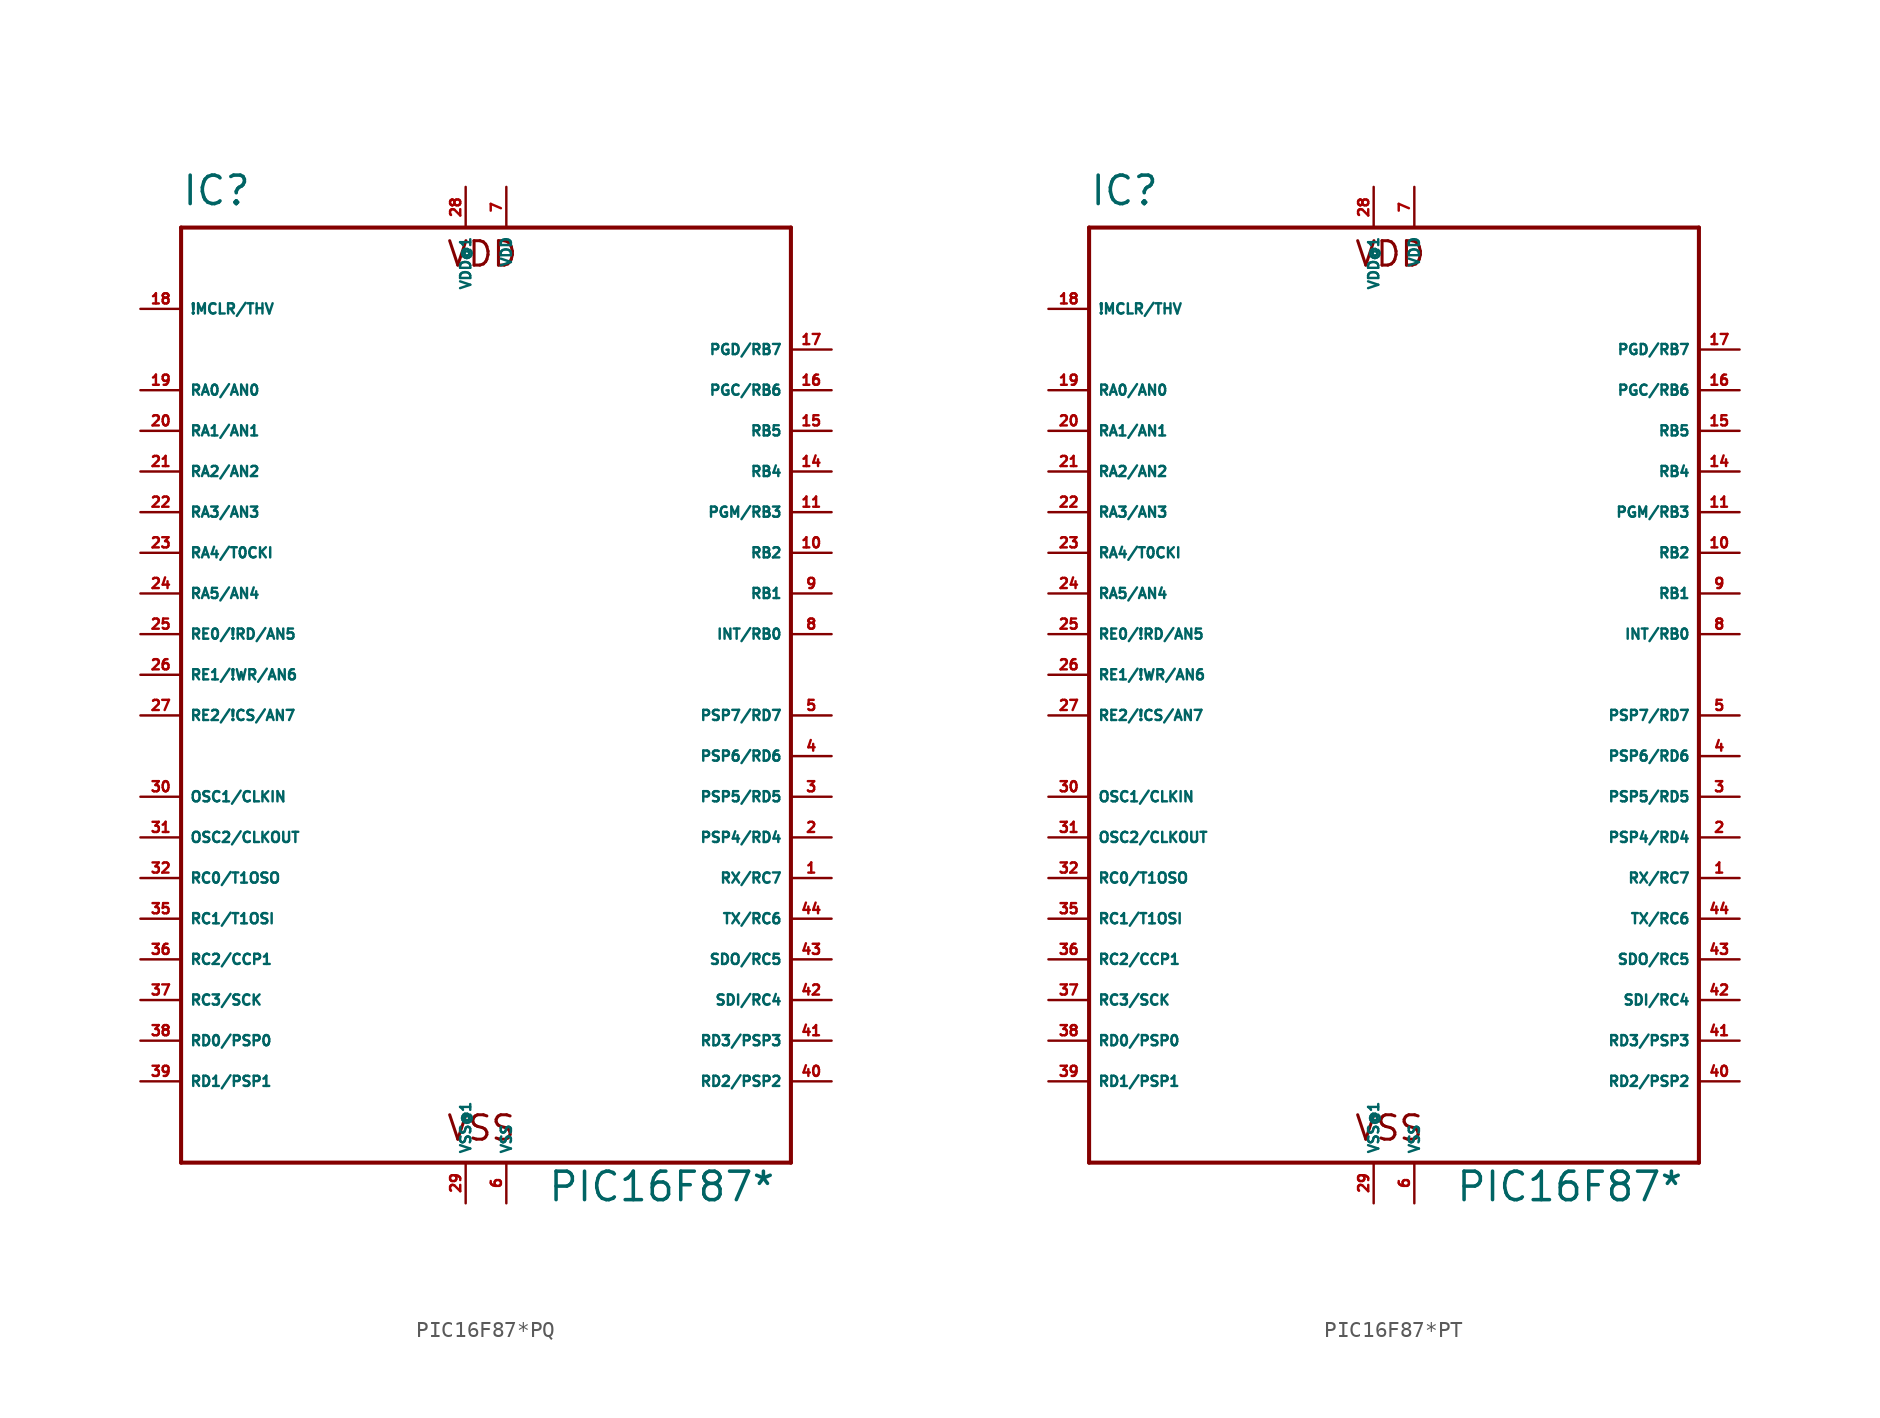
<source format=kicad_sym>
(kicad_symbol_lib
  (version 20220914)
  (generator Eagle2Kicad)
  (symbol "PIC16F87*PQ"
    (property "Reference" "IC"
      (at -20.32 29.21 0)
      (effects (font (size 1.778 1.778) (thickness 0.22)) (justify left bottom)))
    (property "Value" "PIC16F87*"
      (at 2.54 -33.02 0)
      (effects (font (size 1.778 1.778) (thickness 0.22)) (justify left bottom)))
    (polyline
      (pts (xy -20.32 27.94) (xy 17.78 27.94))
      (stroke (width 0.254) (type default))
      (fill (type none)))
    (polyline
      (pts (xy 17.78 27.94) (xy 17.78 -30.48))
      (stroke (width 0.254) (type default))
      (fill (type none)))
    (polyline
      (pts (xy 17.78 -30.48) (xy -20.32 -30.48))
      (stroke (width 0.254) (type default))
      (fill (type none)))
    (polyline
      (pts (xy -20.32 -30.48) (xy -20.32 27.94))
      (stroke (width 0.254) (type default))
      (fill (type none)))
    (text "VDD"
      (at -3.81 25.4 0)
      (effects (font (size 1.524 1.524) (thickness 0.19)) (justify left bottom)))
    (text "VSS"
      (at -3.81 -29.21 0)
      (effects (font (size 1.524 1.524) (thickness 0.19)) (justify left bottom)))
    (pin input line
      (at -22.86 22.86 0)
      (length 2.54)
      (name "!MCLR/THV" (effects (font (size 0.635 0.635) (thickness 0.08)) (justify left bottom)))
      (number "18" (effects (font (size 0.635 0.635) (thickness 0.08)) (justify left bottom))))
    (pin bidirectional line
      (at -22.86 17.78 0)
      (length 2.54)
      (name "RA0/AN0" (effects (font (size 0.635 0.635) (thickness 0.08)) (justify left bottom)))
      (number "19" (effects (font (size 0.635 0.635) (thickness 0.08)) (justify left bottom))))
    (pin bidirectional line
      (at -22.86 15.24 0)
      (length 2.54)
      (name "RA1/AN1" (effects (font (size 0.635 0.635) (thickness 0.08)) (justify left bottom)))
      (number "20" (effects (font (size 0.635 0.635) (thickness 0.08)) (justify left bottom))))
    (pin bidirectional line
      (at -22.86 12.7 0)
      (length 2.54)
      (name "RA2/AN2" (effects (font (size 0.635 0.635) (thickness 0.08)) (justify left bottom)))
      (number "21" (effects (font (size 0.635 0.635) (thickness 0.08)) (justify left bottom))))
    (pin bidirectional line
      (at -22.86 10.16 0)
      (length 2.54)
      (name "RA3/AN3" (effects (font (size 0.635 0.635) (thickness 0.08)) (justify left bottom)))
      (number "22" (effects (font (size 0.635 0.635) (thickness 0.08)) (justify left bottom))))
    (pin bidirectional line
      (at -22.86 7.62 0)
      (length 2.54)
      (name "RA4/T0CKI" (effects (font (size 0.635 0.635) (thickness 0.08)) (justify left bottom)))
      (number "23" (effects (font (size 0.635 0.635) (thickness 0.08)) (justify left bottom))))
    (pin bidirectional line
      (at -22.86 5.08 0)
      (length 2.54)
      (name "RA5/AN4" (effects (font (size 0.635 0.635) (thickness 0.08)) (justify left bottom)))
      (number "24" (effects (font (size 0.635 0.635) (thickness 0.08)) (justify left bottom))))
    (pin bidirectional line
      (at -22.86 2.54 0)
      (length 2.54)
      (name "RE0/!RD/AN5" (effects (font (size 0.635 0.635) (thickness 0.08)) (justify left bottom)))
      (number "25" (effects (font (size 0.635 0.635) (thickness 0.08)) (justify left bottom))))
    (pin bidirectional line
      (at -22.86 0 0)
      (length 2.54)
      (name "RE1/!WR/AN6" (effects (font (size 0.635 0.635) (thickness 0.08)) (justify left bottom)))
      (number "26" (effects (font (size 0.635 0.635) (thickness 0.08)) (justify left bottom))))
    (pin bidirectional line
      (at -22.86 -2.54 0)
      (length 2.54)
      (name "RE2/!CS/AN7" (effects (font (size 0.635 0.635) (thickness 0.08)) (justify left bottom)))
      (number "27" (effects (font (size 0.635 0.635) (thickness 0.08)) (justify left bottom))))
    (pin input line
      (at -22.86 -7.62 0)
      (length 2.54)
      (name "OSC1/CLKIN" (effects (font (size 0.635 0.635) (thickness 0.08)) (justify left bottom)))
      (number "30" (effects (font (size 0.635 0.635) (thickness 0.08)) (justify left bottom))))
    (pin output line
      (at -22.86 -10.16 0)
      (length 2.54)
      (name "OSC2/CLKOUT" (effects (font (size 0.635 0.635) (thickness 0.08)) (justify left bottom)))
      (number "31" (effects (font (size 0.635 0.635) (thickness 0.08)) (justify left bottom))))
    (pin bidirectional line
      (at -22.86 -12.7 0)
      (length 2.54)
      (name "RC0/T1OSO" (effects (font (size 0.635 0.635) (thickness 0.08)) (justify left bottom)))
      (number "32" (effects (font (size 0.635 0.635) (thickness 0.08)) (justify left bottom))))
    (pin bidirectional line
      (at -22.86 -15.24 0)
      (length 2.54)
      (name "RC1/T1OSI" (effects (font (size 0.635 0.635) (thickness 0.08)) (justify left bottom)))
      (number "35" (effects (font (size 0.635 0.635) (thickness 0.08)) (justify left bottom))))
    (pin bidirectional line
      (at -22.86 -17.78 0)
      (length 2.54)
      (name "RC2/CCP1" (effects (font (size 0.635 0.635) (thickness 0.08)) (justify left bottom)))
      (number "36" (effects (font (size 0.635 0.635) (thickness 0.08)) (justify left bottom))))
    (pin bidirectional line
      (at -22.86 -20.32 0)
      (length 2.54)
      (name "RC3/SCK" (effects (font (size 0.635 0.635) (thickness 0.08)) (justify left bottom)))
      (number "37" (effects (font (size 0.635 0.635) (thickness 0.08)) (justify left bottom))))
    (pin bidirectional line
      (at -22.86 -22.86 0)
      (length 2.54)
      (name "RD0/PSP0" (effects (font (size 0.635 0.635) (thickness 0.08)) (justify left bottom)))
      (number "38" (effects (font (size 0.635 0.635) (thickness 0.08)) (justify left bottom))))
    (pin bidirectional line
      (at -22.86 -25.4 0)
      (length 2.54)
      (name "RD1/PSP1" (effects (font (size 0.635 0.635) (thickness 0.08)) (justify left bottom)))
      (number "39" (effects (font (size 0.635 0.635) (thickness 0.08)) (justify left bottom))))
    (pin bidirectional line
      (at 20.32 -25.4 180)
      (length 2.54)
      (name "RD2/PSP2" (effects (font (size 0.635 0.635) (thickness 0.08)) (justify left bottom)))
      (number "40" (effects (font (size 0.635 0.635) (thickness 0.08)) (justify left bottom))))
    (pin bidirectional line
      (at 20.32 -22.86 180)
      (length 2.54)
      (name "RD3/PSP3" (effects (font (size 0.635 0.635) (thickness 0.08)) (justify left bottom)))
      (number "41" (effects (font (size 0.635 0.635) (thickness 0.08)) (justify left bottom))))
    (pin bidirectional line
      (at 20.32 -20.32 180)
      (length 2.54)
      (name "SDI/RC4" (effects (font (size 0.635 0.635) (thickness 0.08)) (justify left bottom)))
      (number "42" (effects (font (size 0.635 0.635) (thickness 0.08)) (justify left bottom))))
    (pin bidirectional line
      (at 20.32 -17.78 180)
      (length 2.54)
      (name "SDO/RC5" (effects (font (size 0.635 0.635) (thickness 0.08)) (justify left bottom)))
      (number "43" (effects (font (size 0.635 0.635) (thickness 0.08)) (justify left bottom))))
    (pin bidirectional line
      (at 20.32 -15.24 180)
      (length 2.54)
      (name "TX/RC6" (effects (font (size 0.635 0.635) (thickness 0.08)) (justify left bottom)))
      (number "44" (effects (font (size 0.635 0.635) (thickness 0.08)) (justify left bottom))))
    (pin bidirectional line
      (at 20.32 -12.7 180)
      (length 2.54)
      (name "RX/RC7" (effects (font (size 0.635 0.635) (thickness 0.08)) (justify left bottom)))
      (number "1" (effects (font (size 0.635 0.635) (thickness 0.08)) (justify left bottom))))
    (pin bidirectional line
      (at 20.32 -10.16 180)
      (length 2.54)
      (name "PSP4/RD4" (effects (font (size 0.635 0.635) (thickness 0.08)) (justify left bottom)))
      (number "2" (effects (font (size 0.635 0.635) (thickness 0.08)) (justify left bottom))))
    (pin bidirectional line
      (at 20.32 -7.62 180)
      (length 2.54)
      (name "PSP5/RD5" (effects (font (size 0.635 0.635) (thickness 0.08)) (justify left bottom)))
      (number "3" (effects (font (size 0.635 0.635) (thickness 0.08)) (justify left bottom))))
    (pin bidirectional line
      (at 20.32 -5.08 180)
      (length 2.54)
      (name "PSP6/RD6" (effects (font (size 0.635 0.635) (thickness 0.08)) (justify left bottom)))
      (number "4" (effects (font (size 0.635 0.635) (thickness 0.08)) (justify left bottom))))
    (pin bidirectional line
      (at 20.32 -2.54 180)
      (length 2.54)
      (name "PSP7/RD7" (effects (font (size 0.635 0.635) (thickness 0.08)) (justify left bottom)))
      (number "5" (effects (font (size 0.635 0.635) (thickness 0.08)) (justify left bottom))))
    (pin unspecified line
      (at 0 -33.02 90)
      (length 2.54)
      (name "VSS" (effects (font (size 0.635 0.635) (thickness 0.08)) (justify left bottom)))
      (number "6" (effects (font (size 0.635 0.635) (thickness 0.08)) (justify left bottom))))
    (pin unspecified line
      (at 0 30.48 270)
      (length 2.54)
      (name "VDD" (effects (font (size 0.635 0.635) (thickness 0.08)) (justify left bottom)))
      (number "7" (effects (font (size 0.635 0.635) (thickness 0.08)) (justify left bottom))))
    (pin bidirectional line
      (at 20.32 2.54 180)
      (length 2.54)
      (name "INT/RB0" (effects (font (size 0.635 0.635) (thickness 0.08)) (justify left bottom)))
      (number "8" (effects (font (size 0.635 0.635) (thickness 0.08)) (justify left bottom))))
    (pin bidirectional line
      (at 20.32 5.08 180)
      (length 2.54)
      (name "RB1" (effects (font (size 0.635 0.635) (thickness 0.08)) (justify left bottom)))
      (number "9" (effects (font (size 0.635 0.635) (thickness 0.08)) (justify left bottom))))
    (pin bidirectional line
      (at 20.32 7.62 180)
      (length 2.54)
      (name "RB2" (effects (font (size 0.635 0.635) (thickness 0.08)) (justify left bottom)))
      (number "10" (effects (font (size 0.635 0.635) (thickness 0.08)) (justify left bottom))))
    (pin bidirectional line
      (at 20.32 10.16 180)
      (length 2.54)
      (name "PGM/RB3" (effects (font (size 0.635 0.635) (thickness 0.08)) (justify left bottom)))
      (number "11" (effects (font (size 0.635 0.635) (thickness 0.08)) (justify left bottom))))
    (pin bidirectional line
      (at 20.32 12.7 180)
      (length 2.54)
      (name "RB4" (effects (font (size 0.635 0.635) (thickness 0.08)) (justify left bottom)))
      (number "14" (effects (font (size 0.635 0.635) (thickness 0.08)) (justify left bottom))))
    (pin bidirectional line
      (at 20.32 15.24 180)
      (length 2.54)
      (name "RB5" (effects (font (size 0.635 0.635) (thickness 0.08)) (justify left bottom)))
      (number "15" (effects (font (size 0.635 0.635) (thickness 0.08)) (justify left bottom))))
    (pin bidirectional line
      (at 20.32 17.78 180)
      (length 2.54)
      (name "PGC/RB6" (effects (font (size 0.635 0.635) (thickness 0.08)) (justify left bottom)))
      (number "16" (effects (font (size 0.635 0.635) (thickness 0.08)) (justify left bottom))))
    (pin bidirectional line
      (at 20.32 20.32 180)
      (length 2.54)
      (name "PGD/RB7" (effects (font (size 0.635 0.635) (thickness 0.08)) (justify left bottom)))
      (number "17" (effects (font (size 0.635 0.635) (thickness 0.08)) (justify left bottom))))
    (pin unspecified line
      (at -2.54 30.48 270)
      (length 2.54)
      (name "VDD@1" (effects (font (size 0.635 0.635) (thickness 0.08)) (justify left bottom)))
      (number "28" (effects (font (size 0.635 0.635) (thickness 0.08)) (justify left bottom))))
    (pin unspecified line
      (at -2.54 -33.02 90)
      (length 2.54)
      (name "VSS@1" (effects (font (size 0.635 0.635) (thickness 0.08)) (justify left bottom)))
      (number "29" (effects (font (size 0.635 0.635) (thickness 0.08)) (justify left bottom)))))
  (symbol "PIC16F87*PT"
    (property "Reference" "IC"
      (at -20.32 29.21 0)
      (effects (font (size 1.778 1.778) (thickness 0.22)) (justify left bottom)))
    (property "Value" "PIC16F87*"
      (at 2.54 -33.02 0)
      (effects (font (size 1.778 1.778) (thickness 0.22)) (justify left bottom)))
    (polyline
      (pts (xy -20.32 27.94) (xy 17.78 27.94))
      (stroke (width 0.254) (type default))
      (fill (type none)))
    (polyline
      (pts (xy 17.78 27.94) (xy 17.78 -30.48))
      (stroke (width 0.254) (type default))
      (fill (type none)))
    (polyline
      (pts (xy 17.78 -30.48) (xy -20.32 -30.48))
      (stroke (width 0.254) (type default))
      (fill (type none)))
    (polyline
      (pts (xy -20.32 -30.48) (xy -20.32 27.94))
      (stroke (width 0.254) (type default))
      (fill (type none)))
    (text "VDD"
      (at -3.81 25.4 0)
      (effects (font (size 1.524 1.524) (thickness 0.19)) (justify left bottom)))
    (text "VSS"
      (at -3.81 -29.21 0)
      (effects (font (size 1.524 1.524) (thickness 0.19)) (justify left bottom)))
    (pin input line
      (at -22.86 22.86 0)
      (length 2.54)
      (name "!MCLR/THV" (effects (font (size 0.635 0.635) (thickness 0.08)) (justify left bottom)))
      (number "18" (effects (font (size 0.635 0.635) (thickness 0.08)) (justify left bottom))))
    (pin bidirectional line
      (at -22.86 17.78 0)
      (length 2.54)
      (name "RA0/AN0" (effects (font (size 0.635 0.635) (thickness 0.08)) (justify left bottom)))
      (number "19" (effects (font (size 0.635 0.635) (thickness 0.08)) (justify left bottom))))
    (pin bidirectional line
      (at -22.86 15.24 0)
      (length 2.54)
      (name "RA1/AN1" (effects (font (size 0.635 0.635) (thickness 0.08)) (justify left bottom)))
      (number "20" (effects (font (size 0.635 0.635) (thickness 0.08)) (justify left bottom))))
    (pin bidirectional line
      (at -22.86 12.7 0)
      (length 2.54)
      (name "RA2/AN2" (effects (font (size 0.635 0.635) (thickness 0.08)) (justify left bottom)))
      (number "21" (effects (font (size 0.635 0.635) (thickness 0.08)) (justify left bottom))))
    (pin bidirectional line
      (at -22.86 10.16 0)
      (length 2.54)
      (name "RA3/AN3" (effects (font (size 0.635 0.635) (thickness 0.08)) (justify left bottom)))
      (number "22" (effects (font (size 0.635 0.635) (thickness 0.08)) (justify left bottom))))
    (pin bidirectional line
      (at -22.86 7.62 0)
      (length 2.54)
      (name "RA4/T0CKI" (effects (font (size 0.635 0.635) (thickness 0.08)) (justify left bottom)))
      (number "23" (effects (font (size 0.635 0.635) (thickness 0.08)) (justify left bottom))))
    (pin bidirectional line
      (at -22.86 5.08 0)
      (length 2.54)
      (name "RA5/AN4" (effects (font (size 0.635 0.635) (thickness 0.08)) (justify left bottom)))
      (number "24" (effects (font (size 0.635 0.635) (thickness 0.08)) (justify left bottom))))
    (pin bidirectional line
      (at -22.86 2.54 0)
      (length 2.54)
      (name "RE0/!RD/AN5" (effects (font (size 0.635 0.635) (thickness 0.08)) (justify left bottom)))
      (number "25" (effects (font (size 0.635 0.635) (thickness 0.08)) (justify left bottom))))
    (pin bidirectional line
      (at -22.86 0 0)
      (length 2.54)
      (name "RE1/!WR/AN6" (effects (font (size 0.635 0.635) (thickness 0.08)) (justify left bottom)))
      (number "26" (effects (font (size 0.635 0.635) (thickness 0.08)) (justify left bottom))))
    (pin bidirectional line
      (at -22.86 -2.54 0)
      (length 2.54)
      (name "RE2/!CS/AN7" (effects (font (size 0.635 0.635) (thickness 0.08)) (justify left bottom)))
      (number "27" (effects (font (size 0.635 0.635) (thickness 0.08)) (justify left bottom))))
    (pin input line
      (at -22.86 -7.62 0)
      (length 2.54)
      (name "OSC1/CLKIN" (effects (font (size 0.635 0.635) (thickness 0.08)) (justify left bottom)))
      (number "30" (effects (font (size 0.635 0.635) (thickness 0.08)) (justify left bottom))))
    (pin output line
      (at -22.86 -10.16 0)
      (length 2.54)
      (name "OSC2/CLKOUT" (effects (font (size 0.635 0.635) (thickness 0.08)) (justify left bottom)))
      (number "31" (effects (font (size 0.635 0.635) (thickness 0.08)) (justify left bottom))))
    (pin bidirectional line
      (at -22.86 -12.7 0)
      (length 2.54)
      (name "RC0/T1OSO" (effects (font (size 0.635 0.635) (thickness 0.08)) (justify left bottom)))
      (number "32" (effects (font (size 0.635 0.635) (thickness 0.08)) (justify left bottom))))
    (pin bidirectional line
      (at -22.86 -15.24 0)
      (length 2.54)
      (name "RC1/T1OSI" (effects (font (size 0.635 0.635) (thickness 0.08)) (justify left bottom)))
      (number "35" (effects (font (size 0.635 0.635) (thickness 0.08)) (justify left bottom))))
    (pin bidirectional line
      (at -22.86 -17.78 0)
      (length 2.54)
      (name "RC2/CCP1" (effects (font (size 0.635 0.635) (thickness 0.08)) (justify left bottom)))
      (number "36" (effects (font (size 0.635 0.635) (thickness 0.08)) (justify left bottom))))
    (pin bidirectional line
      (at -22.86 -20.32 0)
      (length 2.54)
      (name "RC3/SCK" (effects (font (size 0.635 0.635) (thickness 0.08)) (justify left bottom)))
      (number "37" (effects (font (size 0.635 0.635) (thickness 0.08)) (justify left bottom))))
    (pin bidirectional line
      (at -22.86 -22.86 0)
      (length 2.54)
      (name "RD0/PSP0" (effects (font (size 0.635 0.635) (thickness 0.08)) (justify left bottom)))
      (number "38" (effects (font (size 0.635 0.635) (thickness 0.08)) (justify left bottom))))
    (pin bidirectional line
      (at -22.86 -25.4 0)
      (length 2.54)
      (name "RD1/PSP1" (effects (font (size 0.635 0.635) (thickness 0.08)) (justify left bottom)))
      (number "39" (effects (font (size 0.635 0.635) (thickness 0.08)) (justify left bottom))))
    (pin bidirectional line
      (at 20.32 -25.4 180)
      (length 2.54)
      (name "RD2/PSP2" (effects (font (size 0.635 0.635) (thickness 0.08)) (justify left bottom)))
      (number "40" (effects (font (size 0.635 0.635) (thickness 0.08)) (justify left bottom))))
    (pin bidirectional line
      (at 20.32 -22.86 180)
      (length 2.54)
      (name "RD3/PSP3" (effects (font (size 0.635 0.635) (thickness 0.08)) (justify left bottom)))
      (number "41" (effects (font (size 0.635 0.635) (thickness 0.08)) (justify left bottom))))
    (pin bidirectional line
      (at 20.32 -20.32 180)
      (length 2.54)
      (name "SDI/RC4" (effects (font (size 0.635 0.635) (thickness 0.08)) (justify left bottom)))
      (number "42" (effects (font (size 0.635 0.635) (thickness 0.08)) (justify left bottom))))
    (pin bidirectional line
      (at 20.32 -17.78 180)
      (length 2.54)
      (name "SDO/RC5" (effects (font (size 0.635 0.635) (thickness 0.08)) (justify left bottom)))
      (number "43" (effects (font (size 0.635 0.635) (thickness 0.08)) (justify left bottom))))
    (pin bidirectional line
      (at 20.32 -15.24 180)
      (length 2.54)
      (name "TX/RC6" (effects (font (size 0.635 0.635) (thickness 0.08)) (justify left bottom)))
      (number "44" (effects (font (size 0.635 0.635) (thickness 0.08)) (justify left bottom))))
    (pin bidirectional line
      (at 20.32 -12.7 180)
      (length 2.54)
      (name "RX/RC7" (effects (font (size 0.635 0.635) (thickness 0.08)) (justify left bottom)))
      (number "1" (effects (font (size 0.635 0.635) (thickness 0.08)) (justify left bottom))))
    (pin bidirectional line
      (at 20.32 -10.16 180)
      (length 2.54)
      (name "PSP4/RD4" (effects (font (size 0.635 0.635) (thickness 0.08)) (justify left bottom)))
      (number "2" (effects (font (size 0.635 0.635) (thickness 0.08)) (justify left bottom))))
    (pin bidirectional line
      (at 20.32 -7.62 180)
      (length 2.54)
      (name "PSP5/RD5" (effects (font (size 0.635 0.635) (thickness 0.08)) (justify left bottom)))
      (number "3" (effects (font (size 0.635 0.635) (thickness 0.08)) (justify left bottom))))
    (pin bidirectional line
      (at 20.32 -5.08 180)
      (length 2.54)
      (name "PSP6/RD6" (effects (font (size 0.635 0.635) (thickness 0.08)) (justify left bottom)))
      (number "4" (effects (font (size 0.635 0.635) (thickness 0.08)) (justify left bottom))))
    (pin bidirectional line
      (at 20.32 -2.54 180)
      (length 2.54)
      (name "PSP7/RD7" (effects (font (size 0.635 0.635) (thickness 0.08)) (justify left bottom)))
      (number "5" (effects (font (size 0.635 0.635) (thickness 0.08)) (justify left bottom))))
    (pin unspecified line
      (at 0 -33.02 90)
      (length 2.54)
      (name "VSS" (effects (font (size 0.635 0.635) (thickness 0.08)) (justify left bottom)))
      (number "6" (effects (font (size 0.635 0.635) (thickness 0.08)) (justify left bottom))))
    (pin unspecified line
      (at 0 30.48 270)
      (length 2.54)
      (name "VDD" (effects (font (size 0.635 0.635) (thickness 0.08)) (justify left bottom)))
      (number "7" (effects (font (size 0.635 0.635) (thickness 0.08)) (justify left bottom))))
    (pin bidirectional line
      (at 20.32 2.54 180)
      (length 2.54)
      (name "INT/RB0" (effects (font (size 0.635 0.635) (thickness 0.08)) (justify left bottom)))
      (number "8" (effects (font (size 0.635 0.635) (thickness 0.08)) (justify left bottom))))
    (pin bidirectional line
      (at 20.32 5.08 180)
      (length 2.54)
      (name "RB1" (effects (font (size 0.635 0.635) (thickness 0.08)) (justify left bottom)))
      (number "9" (effects (font (size 0.635 0.635) (thickness 0.08)) (justify left bottom))))
    (pin bidirectional line
      (at 20.32 7.62 180)
      (length 2.54)
      (name "RB2" (effects (font (size 0.635 0.635) (thickness 0.08)) (justify left bottom)))
      (number "10" (effects (font (size 0.635 0.635) (thickness 0.08)) (justify left bottom))))
    (pin bidirectional line
      (at 20.32 10.16 180)
      (length 2.54)
      (name "PGM/RB3" (effects (font (size 0.635 0.635) (thickness 0.08)) (justify left bottom)))
      (number "11" (effects (font (size 0.635 0.635) (thickness 0.08)) (justify left bottom))))
    (pin bidirectional line
      (at 20.32 12.7 180)
      (length 2.54)
      (name "RB4" (effects (font (size 0.635 0.635) (thickness 0.08)) (justify left bottom)))
      (number "14" (effects (font (size 0.635 0.635) (thickness 0.08)) (justify left bottom))))
    (pin bidirectional line
      (at 20.32 15.24 180)
      (length 2.54)
      (name "RB5" (effects (font (size 0.635 0.635) (thickness 0.08)) (justify left bottom)))
      (number "15" (effects (font (size 0.635 0.635) (thickness 0.08)) (justify left bottom))))
    (pin bidirectional line
      (at 20.32 17.78 180)
      (length 2.54)
      (name "PGC/RB6" (effects (font (size 0.635 0.635) (thickness 0.08)) (justify left bottom)))
      (number "16" (effects (font (size 0.635 0.635) (thickness 0.08)) (justify left bottom))))
    (pin bidirectional line
      (at 20.32 20.32 180)
      (length 2.54)
      (name "PGD/RB7" (effects (font (size 0.635 0.635) (thickness 0.08)) (justify left bottom)))
      (number "17" (effects (font (size 0.635 0.635) (thickness 0.08)) (justify left bottom))))
    (pin unspecified line
      (at -2.54 30.48 270)
      (length 2.54)
      (name "VDD@1" (effects (font (size 0.635 0.635) (thickness 0.08)) (justify left bottom)))
      (number "28" (effects (font (size 0.635 0.635) (thickness 0.08)) (justify left bottom))))
    (pin unspecified line
      (at -2.54 -33.02 90)
      (length 2.54)
      (name "VSS@1" (effects (font (size 0.635 0.635) (thickness 0.08)) (justify left bottom)))
      (number "29" (effects (font (size 0.635 0.635) (thickness 0.08)) (justify left bottom))))))
</source>
